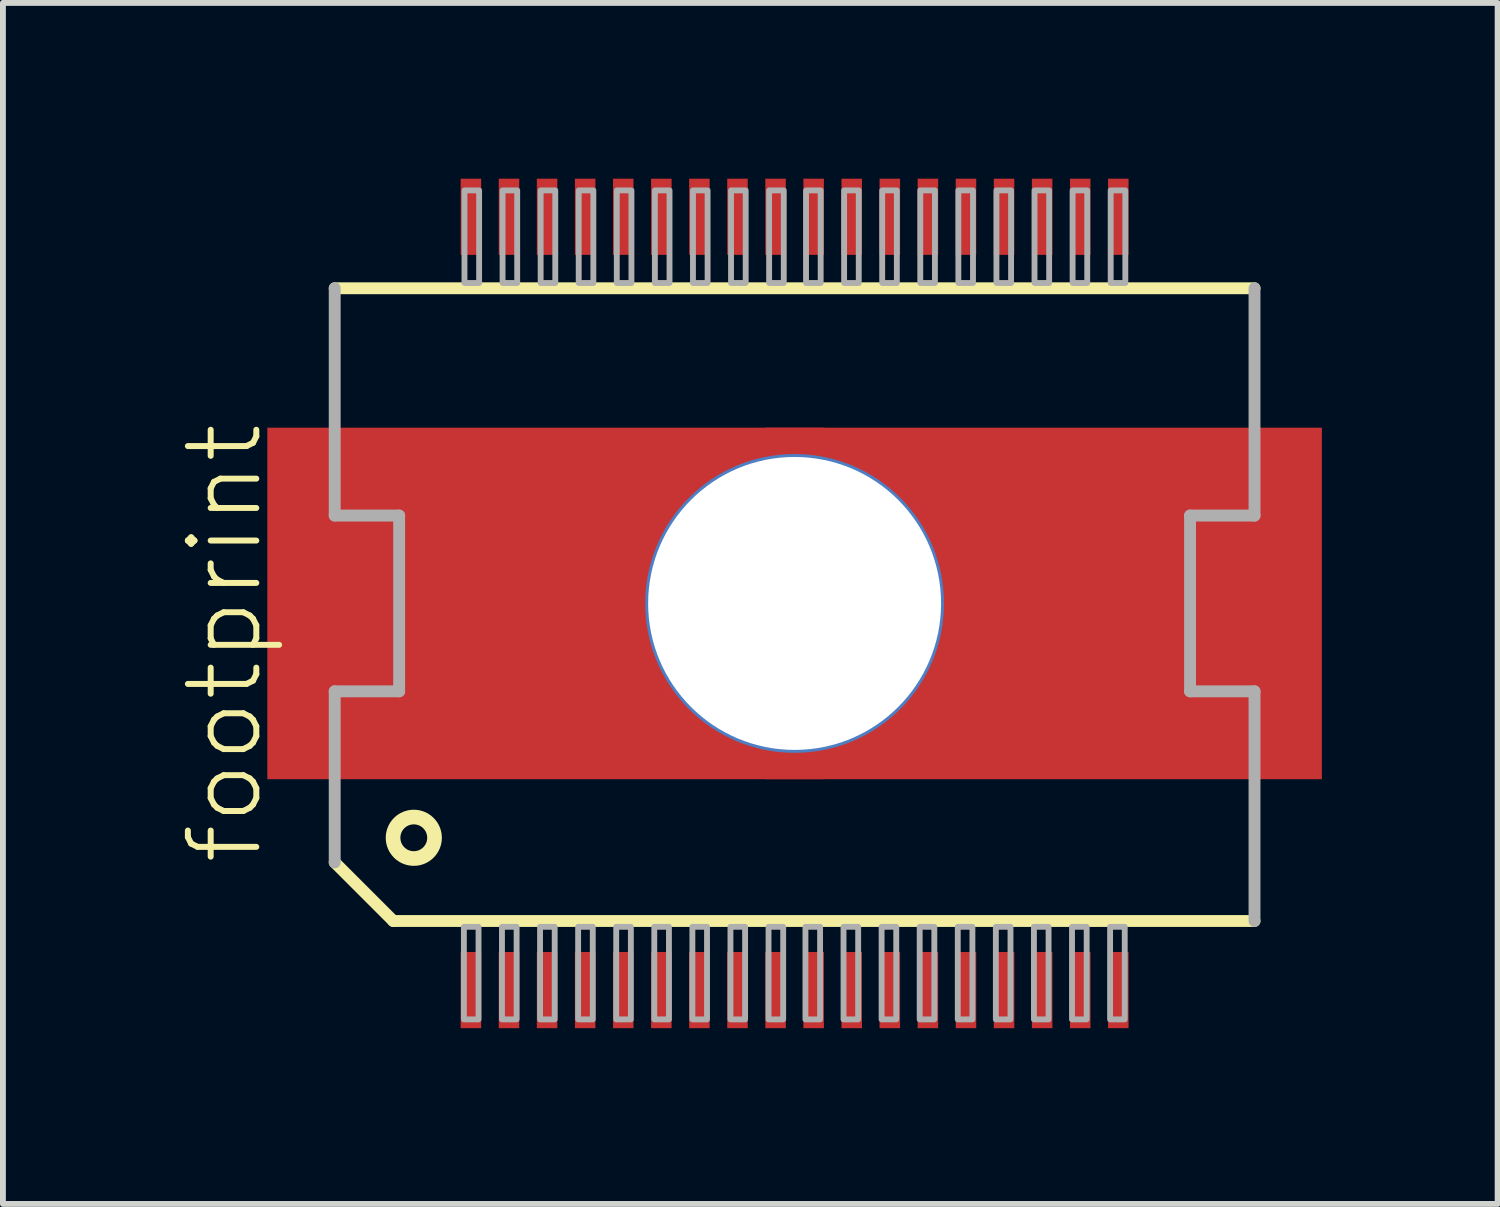
<source format=kicad_pcb>
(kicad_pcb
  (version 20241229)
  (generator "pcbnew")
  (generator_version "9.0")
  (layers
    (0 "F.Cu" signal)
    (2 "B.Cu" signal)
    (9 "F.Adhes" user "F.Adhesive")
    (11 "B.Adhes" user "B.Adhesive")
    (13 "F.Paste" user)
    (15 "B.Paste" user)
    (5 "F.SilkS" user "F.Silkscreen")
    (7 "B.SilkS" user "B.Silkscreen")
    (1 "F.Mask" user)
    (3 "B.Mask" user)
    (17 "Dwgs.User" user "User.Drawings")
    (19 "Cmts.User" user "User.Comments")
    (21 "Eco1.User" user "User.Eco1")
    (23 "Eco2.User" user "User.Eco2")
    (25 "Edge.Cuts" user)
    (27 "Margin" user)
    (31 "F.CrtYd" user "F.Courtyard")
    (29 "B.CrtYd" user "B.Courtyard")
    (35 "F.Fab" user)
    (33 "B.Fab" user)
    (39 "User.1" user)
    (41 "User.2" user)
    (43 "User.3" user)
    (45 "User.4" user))
  (footprint "footprint"
    (layer "F.Cu")
    (at 10.513 7.25)
    (property "Reference" "footprint" (at -9.04 4.5 90) (layer "F.SilkS") (effects (font (size 1.168 1.168) (thickness 0.102)) (justify left bottom)))
    (fp_poly (pts (xy -9 -1.25) (xy 9 -1.25) (xy 9 -3) (xy -9 -3)) (stroke (width 0) (type solid)) (fill yes) (layer "F.Mask"))
    (fp_poly (pts (xy -9 3) (xy 9 3) (xy 9 1.25) (xy -9 1.25)) (stroke (width 0) (type solid)) (fill yes) (layer "F.Mask"))
    (fp_poly (pts (xy -8 1.25) (xy 8 1.25) (xy 8 -1.25) (xy -8 -1.25)) (stroke (width 0) (type solid)) (fill yes) (layer "F.Mask"))
    (fp_line (start -7.85 -5.38) (end 7.85 -5.38) (stroke (width 0.203) (type solid)) (layer "F.SilkS"))
    (fp_line (start -6.85 5.42) (end -7.85 4.42) (stroke (width 0.203) (type solid)) (layer "F.SilkS"))
    (fp_line (start 7.85 5.42) (end -6.85 5.42) (stroke (width 0.203) (type solid)) (layer "F.SilkS"))
    (fp_circle (center -6.5 4) (end -6.146 4) (stroke (width 0.25) (type solid)) (fill no) (layer "F.SilkS"))
    (fp_poly (pts (xy -7.5 -1.25) (xy 7.5 -1.25) (xy 7.5 -2.5) (xy -7.5 -2.5)) (stroke (width 0) (type solid)) (fill yes) (layer "F.Paste"))
    (fp_poly (pts (xy -7.5 2.5) (xy 7.5 2.5) (xy 7.5 1.25) (xy -7.5 1.25)) (stroke (width 0) (type solid)) (fill yes) (layer "F.Paste"))
    (fp_poly (pts (xy -6.75 1.5) (xy 7 1.5) (xy 7 -1.5) (xy -6.75 -1.5)) (stroke (width 0) (type solid)) (fill yes) (layer "F.Paste"))
    (fp_line (start -7.85 -1.5) (end -7.85 -5.38) (stroke (width 0.203) (type solid)) (layer "F.Fab"))
    (fp_line (start -7.85 1.5) (end -6.75 1.5) (stroke (width 0.203) (type solid)) (layer "F.Fab"))
    (fp_line (start -7.85 4.42) (end -7.85 1.5) (stroke (width 0.203) (type solid)) (layer "F.Fab"))
    (fp_line (start -6.75 -1.5) (end -7.85 -1.5) (stroke (width 0.203) (type solid)) (layer "F.Fab"))
    (fp_line (start -6.75 1.5) (end -6.75 -1.5) (stroke (width 0.203) (type solid)) (layer "F.Fab"))
    (fp_line (start 6.75 -1.5) (end 6.75 1.5) (stroke (width 0.203) (type solid)) (layer "F.Fab"))
    (fp_line (start 6.75 1.5) (end 7.85 1.5) (stroke (width 0.203) (type solid)) (layer "F.Fab"))
    (fp_line (start 7.85 -5.38) (end 7.85 -1.5) (stroke (width 0.203) (type solid)) (layer "F.Fab"))
    (fp_line (start 7.85 -1.5) (end 6.75 -1.5) (stroke (width 0.203) (type solid)) (layer "F.Fab"))
    (fp_line (start 7.85 1.5) (end 7.85 5.42) (stroke (width 0.203) (type solid)) (layer "F.Fab"))
    (fp_poly (pts (xy -5.645 7.1) (xy -5.395 7.1) (xy -5.395 5.52) (xy -5.645 5.52)) (stroke (width 0.1) (type solid)) (fill no) (layer "F.Fab"))
    (fp_poly (pts (xy -5.385 -7.05) (xy -5.635 -7.05) (xy -5.635 -5.47) (xy -5.385 -5.47)) (stroke (width 0.1) (type solid)) (fill no) (layer "F.Fab"))
    (fp_poly (pts (xy -4.995 7.1) (xy -4.745 7.1) (xy -4.745 5.52) (xy -4.995 5.52)) (stroke (width 0.1) (type solid)) (fill no) (layer "F.Fab"))
    (fp_poly (pts (xy -4.735 -7.05) (xy -4.985 -7.05) (xy -4.985 -5.47) (xy -4.735 -5.47)) (stroke (width 0.1) (type solid)) (fill no) (layer "F.Fab"))
    (fp_poly (pts (xy -4.345 7.1) (xy -4.095 7.1) (xy -4.095 5.52) (xy -4.345 5.52)) (stroke (width 0.1) (type solid)) (fill no) (layer "F.Fab"))
    (fp_poly (pts (xy -4.085 -7.05) (xy -4.335 -7.05) (xy -4.335 -5.47) (xy -4.085 -5.47)) (stroke (width 0.1) (type solid)) (fill no) (layer "F.Fab"))
    (fp_poly (pts (xy -3.695 7.1) (xy -3.445 7.1) (xy -3.445 5.52) (xy -3.695 5.52)) (stroke (width 0.1) (type solid)) (fill no) (layer "F.Fab"))
    (fp_poly (pts (xy -3.435 -7.05) (xy -3.685 -7.05) (xy -3.685 -5.47) (xy -3.435 -5.47)) (stroke (width 0.1) (type solid)) (fill no) (layer "F.Fab"))
    (fp_poly (pts (xy -3.045 7.1) (xy -2.795 7.1) (xy -2.795 5.52) (xy -3.045 5.52)) (stroke (width 0.1) (type solid)) (fill no) (layer "F.Fab"))
    (fp_poly (pts (xy -2.785 -7.05) (xy -3.035 -7.05) (xy -3.035 -5.47) (xy -2.785 -5.47)) (stroke (width 0.1) (type solid)) (fill no) (layer "F.Fab"))
    (fp_poly (pts (xy -2.395 7.1) (xy -2.145 7.1) (xy -2.145 5.52) (xy -2.395 5.52)) (stroke (width 0.1) (type solid)) (fill no) (layer "F.Fab"))
    (fp_poly (pts (xy -2.135 -7.05) (xy -2.385 -7.05) (xy -2.385 -5.47) (xy -2.135 -5.47)) (stroke (width 0.1) (type solid)) (fill no) (layer "F.Fab"))
    (fp_poly (pts (xy -1.745 7.1) (xy -1.495 7.1) (xy -1.495 5.52) (xy -1.745 5.52)) (stroke (width 0.1) (type solid)) (fill no) (layer "F.Fab"))
    (fp_poly (pts (xy -1.485 -7.05) (xy -1.735 -7.05) (xy -1.735 -5.47) (xy -1.485 -5.47)) (stroke (width 0.1) (type solid)) (fill no) (layer "F.Fab"))
    (fp_poly (pts (xy -1.095 7.1) (xy -0.845 7.1) (xy -0.845 5.52) (xy -1.095 5.52)) (stroke (width 0.1) (type solid)) (fill no) (layer "F.Fab"))
    (fp_poly (pts (xy -0.835 -7.05) (xy -1.085 -7.05) (xy -1.085 -5.47) (xy -0.835 -5.47)) (stroke (width 0.1) (type solid)) (fill no) (layer "F.Fab"))
    (fp_poly (pts (xy -0.445 7.1) (xy -0.195 7.1) (xy -0.195 5.52) (xy -0.445 5.52)) (stroke (width 0.1) (type solid)) (fill no) (layer "F.Fab"))
    (fp_poly (pts (xy -0.185 -7.05) (xy -0.435 -7.05) (xy -0.435 -5.47) (xy -0.185 -5.47)) (stroke (width 0.1) (type solid)) (fill no) (layer "F.Fab"))
    (fp_poly (pts (xy 0.185 7.1) (xy 0.435 7.1) (xy 0.435 5.52) (xy 0.185 5.52)) (stroke (width 0.1) (type solid)) (fill no) (layer "F.Fab"))
    (fp_poly (pts (xy 0.445 -7.05) (xy 0.195 -7.05) (xy 0.195 -5.47) (xy 0.445 -5.47)) (stroke (width 0.1) (type solid)) (fill no) (layer "F.Fab"))
    (fp_poly (pts (xy 0.835 7.1) (xy 1.085 7.1) (xy 1.085 5.52) (xy 0.835 5.52)) (stroke (width 0.1) (type solid)) (fill no) (layer "F.Fab"))
    (fp_poly (pts (xy 1.095 -7.05) (xy 0.845 -7.05) (xy 0.845 -5.47) (xy 1.095 -5.47)) (stroke (width 0.1) (type solid)) (fill no) (layer "F.Fab"))
    (fp_poly (pts (xy 1.485 7.1) (xy 1.735 7.1) (xy 1.735 5.52) (xy 1.485 5.52)) (stroke (width 0.1) (type solid)) (fill no) (layer "F.Fab"))
    (fp_poly (pts (xy 1.745 -7.05) (xy 1.495 -7.05) (xy 1.495 -5.47) (xy 1.745 -5.47)) (stroke (width 0.1) (type solid)) (fill no) (layer "F.Fab"))
    (fp_poly (pts (xy 2.135 7.1) (xy 2.385 7.1) (xy 2.385 5.52) (xy 2.135 5.52)) (stroke (width 0.1) (type solid)) (fill no) (layer "F.Fab"))
    (fp_poly (pts (xy 2.395 -7.05) (xy 2.145 -7.05) (xy 2.145 -5.47) (xy 2.395 -5.47)) (stroke (width 0.1) (type solid)) (fill no) (layer "F.Fab"))
    (fp_poly (pts (xy 2.785 7.1) (xy 3.035 7.1) (xy 3.035 5.52) (xy 2.785 5.52)) (stroke (width 0.1) (type solid)) (fill no) (layer "F.Fab"))
    (fp_poly (pts (xy 3.045 -7.05) (xy 2.795 -7.05) (xy 2.795 -5.47) (xy 3.045 -5.47)) (stroke (width 0.1) (type solid)) (fill no) (layer "F.Fab"))
    (fp_poly (pts (xy 3.435 7.1) (xy 3.685 7.1) (xy 3.685 5.52) (xy 3.435 5.52)) (stroke (width 0.1) (type solid)) (fill no) (layer "F.Fab"))
    (fp_poly (pts (xy 3.695 -7.05) (xy 3.445 -7.05) (xy 3.445 -5.47) (xy 3.695 -5.47)) (stroke (width 0.1) (type solid)) (fill no) (layer "F.Fab"))
    (fp_poly (pts (xy 4.085 7.1) (xy 4.335 7.1) (xy 4.335 5.52) (xy 4.085 5.52)) (stroke (width 0.1) (type solid)) (fill no) (layer "F.Fab"))
    (fp_poly (pts (xy 4.345 -7.05) (xy 4.095 -7.05) (xy 4.095 -5.47) (xy 4.345 -5.47)) (stroke (width 0.1) (type solid)) (fill no) (layer "F.Fab"))
    (fp_poly (pts (xy 4.735 7.1) (xy 4.985 7.1) (xy 4.985 5.52) (xy 4.735 5.52)) (stroke (width 0.1) (type solid)) (fill no) (layer "F.Fab"))
    (fp_poly (pts (xy 4.995 -7.05) (xy 4.745 -7.05) (xy 4.745 -5.47) (xy 4.995 -5.47)) (stroke (width 0.1) (type solid)) (fill no) (layer "F.Fab"))
    (fp_poly (pts (xy 5.385 7.1) (xy 5.635 7.1) (xy 5.635 5.52) (xy 5.385 5.52)) (stroke (width 0.1) (type solid)) (fill no) (layer "F.Fab"))
    (fp_poly (pts (xy 5.645 -7.05) (xy 5.395 -7.05) (xy 5.395 -5.47) (xy 5.645 -5.47)) (stroke (width 0.1) (type solid)) (fill no) (layer "F.Fab"))
    (pad "1" smd rect (at -5.525 6.6) (size 0.35 1.3) (layers "F.Cu" "F.Mask" "F.Paste"))
    (pad "2" smd rect (at -4.875 6.6) (size 0.35 1.3) (layers "F.Cu" "F.Mask" "F.Paste"))
    (pad "3" smd rect (at -4.225 6.6) (size 0.35 1.3) (layers "F.Cu" "F.Mask" "F.Paste"))
    (pad "4" smd rect (at -3.575 6.6) (size 0.35 1.3) (layers "F.Cu" "F.Mask" "F.Paste"))
    (pad "5" smd rect (at -2.925 6.6) (size 0.35 1.3) (layers "F.Cu" "F.Mask" "F.Paste"))
    (pad "6" smd rect (at -2.275 6.6) (size 0.35 1.3) (layers "F.Cu" "F.Mask" "F.Paste"))
    (pad "7" smd rect (at -1.625 6.6) (size 0.35 1.3) (layers "F.Cu" "F.Mask" "F.Paste"))
    (pad "8" smd rect (at -0.975 6.6) (size 0.35 1.3) (layers "F.Cu" "F.Mask" "F.Paste"))
    (pad "9" smd rect (at -0.325 6.6) (size 0.35 1.3) (layers "F.Cu" "F.Mask" "F.Paste"))
    (pad "10" smd rect (at 0.325 6.6) (size 0.35 1.3) (layers "F.Cu" "F.Mask" "F.Paste"))
    (pad "11" smd rect (at 0.975 6.6) (size 0.35 1.3) (layers "F.Cu" "F.Mask" "F.Paste"))
    (pad "12" smd rect (at 1.625 6.6) (size 0.35 1.3) (layers "F.Cu" "F.Mask" "F.Paste"))
    (pad "13" smd rect (at 2.275 6.6) (size 0.35 1.3) (layers "F.Cu" "F.Mask" "F.Paste"))
    (pad "14" smd rect (at 2.925 6.6) (size 0.35 1.3) (layers "F.Cu" "F.Mask" "F.Paste"))
    (pad "15" smd rect (at 3.575 6.6) (size 0.35 1.3) (layers "F.Cu" "F.Mask" "F.Paste"))
    (pad "16" smd rect (at 4.225 6.6) (size 0.35 1.3) (layers "F.Cu" "F.Mask" "F.Paste"))
    (pad "17" smd rect (at 4.875 6.6) (size 0.35 1.3) (layers "F.Cu" "F.Mask" "F.Paste"))
    (pad "18" smd rect (at 5.525 6.6) (size 0.35 1.3) (layers "F.Cu" "F.Mask" "F.Paste"))
    (pad "19" smd rect (at 5.525 -6.6 180) (size 0.35 1.3) (layers "F.Cu" "F.Mask" "F.Paste"))
    (pad "20" smd rect (at 4.875 -6.6 180) (size 0.35 1.3) (layers "F.Cu" "F.Mask" "F.Paste"))
    (pad "21" smd rect (at 4.225 -6.6 180) (size 0.35 1.3) (layers "F.Cu" "F.Mask" "F.Paste"))
    (pad "22" smd rect (at 3.575 -6.6 180) (size 0.35 1.3) (layers "F.Cu" "F.Mask" "F.Paste"))
    (pad "23" smd rect (at 2.925 -6.6 180) (size 0.35 1.3) (layers "F.Cu" "F.Mask" "F.Paste"))
    (pad "24" smd rect (at 2.275 -6.6 180) (size 0.35 1.3) (layers "F.Cu" "F.Mask" "F.Paste"))
    (pad "25" smd rect (at 1.625 -6.6 180) (size 0.35 1.3) (layers "F.Cu" "F.Mask" "F.Paste"))
    (pad "26" smd rect (at 0.975 -6.6 180) (size 0.35 1.3) (layers "F.Cu" "F.Mask" "F.Paste"))
    (pad "27" smd rect (at 0.325 -6.6 180) (size 0.35 1.3) (layers "F.Cu" "F.Mask" "F.Paste"))
    (pad "28" smd rect (at -0.325 -6.6 180) (size 0.35 1.3) (layers "F.Cu" "F.Mask" "F.Paste"))
    (pad "29" smd rect (at -0.975 -6.6 180) (size 0.35 1.3) (layers "F.Cu" "F.Mask" "F.Paste"))
    (pad "30" smd rect (at -1.625 -6.6 180) (size 0.35 1.3) (layers "F.Cu" "F.Mask" "F.Paste"))
    (pad "31" smd rect (at -2.275 -6.6 180) (size 0.35 1.3) (layers "F.Cu" "F.Mask" "F.Paste"))
    (pad "32" smd rect (at -2.925 -6.6 180) (size 0.35 1.3) (layers "F.Cu" "F.Mask" "F.Paste"))
    (pad "33" smd rect (at -3.575 -6.6 180) (size 0.35 1.3) (layers "F.Cu" "F.Mask" "F.Paste"))
    (pad "34" smd rect (at -4.225 -6.6 180) (size 0.35 1.3) (layers "F.Cu" "F.Mask" "F.Paste"))
    (pad "35" smd rect (at -4.875 -6.6 180) (size 0.35 1.3) (layers "F.Cu" "F.Mask" "F.Paste"))
    (pad "36" smd rect (at -5.525 -6.6 180) (size 0.35 1.3) (layers "F.Cu" "F.Mask" "F.Paste"))
    (pad "TH@1" smd rect (at -4.25 0) (size 9.5 6) (layers "F.Cu"))
    (pad "TH@2" smd rect (at 4.25 0) (size 9.5 6) (layers "F.Cu"))
    (pad "TH@3" thru_hole circle (at 0 0) (size 5.1 5.1) (drill 5) (layers "*.Cu" "*.Mask")))
  (gr_rect
    (start -3 -3)
    (end 22.513 17.5)
    (stroke (width 0.1) (type default))
    (fill no)
    (layer "Edge.Cuts")))
</source>
